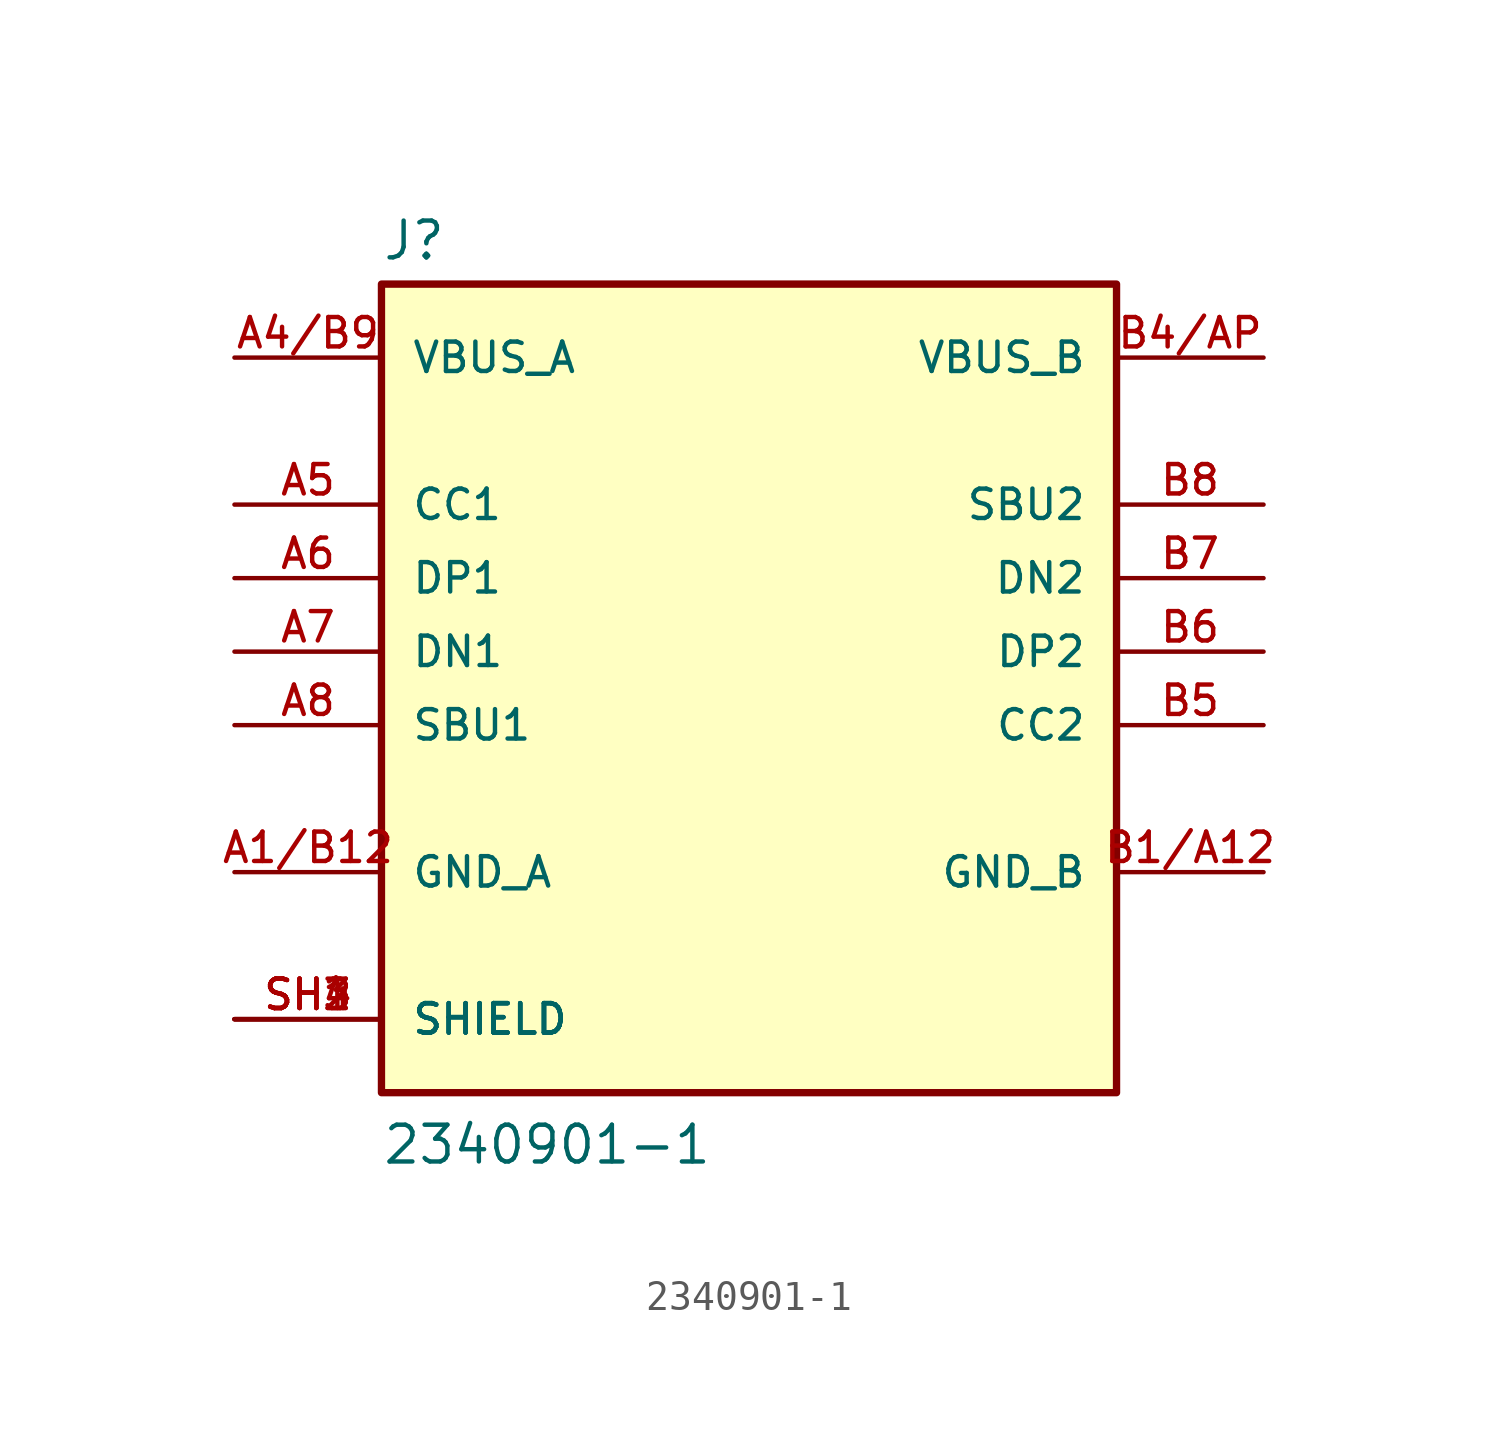
<source format=kicad_sym>
(kicad_symbol_lib
  (version 20211014)
  (generator kicad_symbol_editor)
  (symbol "2340901-1"
    (pin_names
      (offset 1.016))
    (property "Reference" "J"
      (at -12.7 13.462 0)
      (effects (font (size 1.27 1.27)) (justify bottom left)))
    (property "Value" "2340901-1"
      (at -12.7 -17.78 0)
      (effects (font (size 1.27 1.27)) (justify bottom left)))
    (symbol "2340901-1_0_0"
      (rectangle (start -12.7 -15.24) (end 12.7 12.7) (stroke (width 0.254)) (fill (type background)))
      (pin power_in line (at -17.78 -7.62 0) (length 5.08) (name "GND_A" (effects (font (size 1.016 1.016)))) (number "A1/B12" (effects (font (size 1.016 1.016)))))
      (pin power_in line (at -17.78 10.16 0) (length 5.08) (name "VBUS_A" (effects (font (size 1.016 1.016)))) (number "A4/B9" (effects (font (size 1.016 1.016)))))
      (pin bidirectional line (at -17.78 2.54 0) (length 5.08) (name "DP1" (effects (font (size 1.016 1.016)))) (number "A6" (effects (font (size 1.016 1.016)))))
      (pin bidirectional line (at -17.78 5.08 0) (length 5.08) (name "CC1" (effects (font (size 1.016 1.016)))) (number "A5" (effects (font (size 1.016 1.016)))))
      (pin bidirectional line (at -17.78 -2.54 0) (length 5.08) (name "SBU1" (effects (font (size 1.016 1.016)))) (number "A8" (effects (font (size 1.016 1.016)))))
      (pin bidirectional line (at -17.78 0.0 0) (length 5.08) (name "DN1" (effects (font (size 1.016 1.016)))) (number "A7" (effects (font (size 1.016 1.016)))))
      (pin passive line (at -17.78 -12.7 0) (length 5.08) (name "SHIELD" (effects (font (size 1.016 1.016)))) (number "SH1" (effects (font (size 1.016 1.016)))))
      (pin passive line (at -17.78 -12.7 0) (length 5.08) (name "SHIELD" (effects (font (size 1.016 1.016)))) (number "SH2" (effects (font (size 1.016 1.016)))))
      (pin passive line (at -17.78 -12.7 0) (length 5.08) (name "SHIELD" (effects (font (size 1.016 1.016)))) (number "SH3" (effects (font (size 1.016 1.016)))))
      (pin passive line (at -17.78 -12.7 0) (length 5.08) (name "SHIELD" (effects (font (size 1.016 1.016)))) (number "SH4" (effects (font (size 1.016 1.016)))))
      (pin power_in line (at 17.78 -7.62 180.0) (length 5.08) (name "GND_B" (effects (font (size 1.016 1.016)))) (number "B1/A12" (effects (font (size 1.016 1.016)))))
      (pin power_in line (at 17.78 10.16 180.0) (length 5.08) (name "VBUS_B" (effects (font (size 1.016 1.016)))) (number "B4/AP" (effects (font (size 1.016 1.016)))))
      (pin bidirectional line (at 17.78 0.0 180.0) (length 5.08) (name "DP2" (effects (font (size 1.016 1.016)))) (number "B6" (effects (font (size 1.016 1.016)))))
      (pin bidirectional line (at 17.78 -2.54 180.0) (length 5.08) (name "CC2" (effects (font (size 1.016 1.016)))) (number "B5" (effects (font (size 1.016 1.016)))))
      (pin bidirectional line (at 17.78 5.08 180.0) (length 5.08) (name "SBU2" (effects (font (size 1.016 1.016)))) (number "B8" (effects (font (size 1.016 1.016)))))
      (pin bidirectional line (at 17.78 2.54 180.0) (length 5.08) (name "DN2" (effects (font (size 1.016 1.016)))) (number "B7" (effects (font (size 1.016 1.016))))))))
</source>
